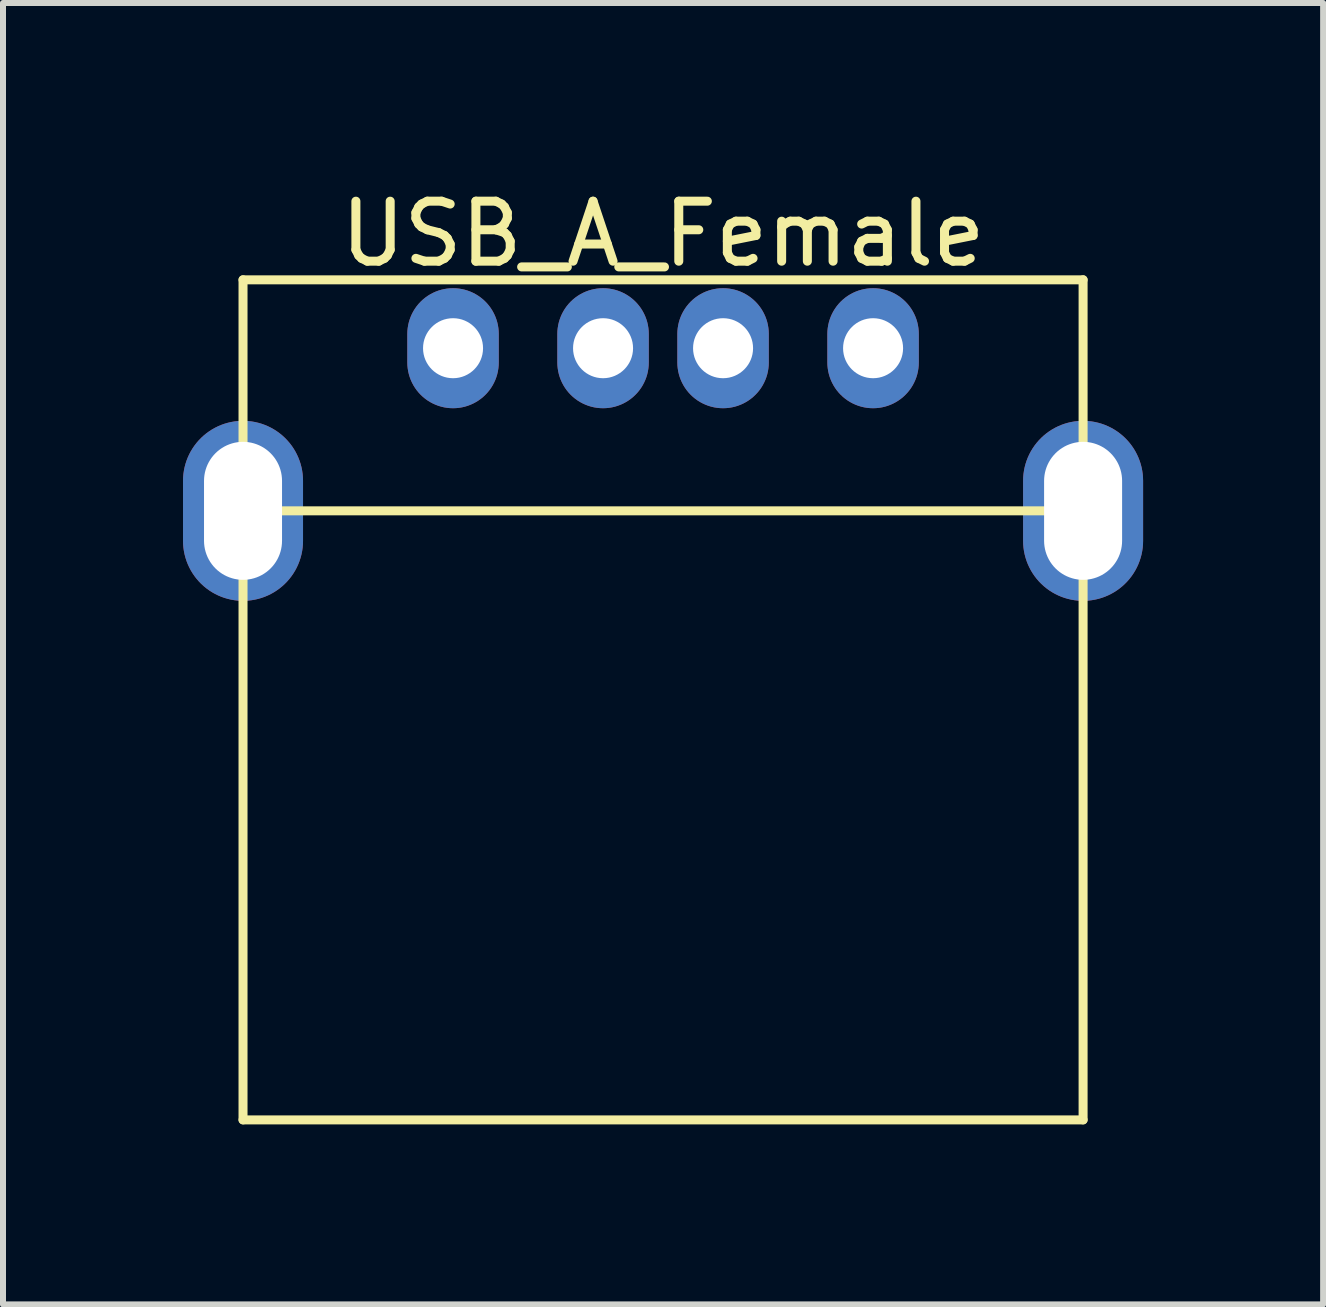
<source format=kicad_pcb>
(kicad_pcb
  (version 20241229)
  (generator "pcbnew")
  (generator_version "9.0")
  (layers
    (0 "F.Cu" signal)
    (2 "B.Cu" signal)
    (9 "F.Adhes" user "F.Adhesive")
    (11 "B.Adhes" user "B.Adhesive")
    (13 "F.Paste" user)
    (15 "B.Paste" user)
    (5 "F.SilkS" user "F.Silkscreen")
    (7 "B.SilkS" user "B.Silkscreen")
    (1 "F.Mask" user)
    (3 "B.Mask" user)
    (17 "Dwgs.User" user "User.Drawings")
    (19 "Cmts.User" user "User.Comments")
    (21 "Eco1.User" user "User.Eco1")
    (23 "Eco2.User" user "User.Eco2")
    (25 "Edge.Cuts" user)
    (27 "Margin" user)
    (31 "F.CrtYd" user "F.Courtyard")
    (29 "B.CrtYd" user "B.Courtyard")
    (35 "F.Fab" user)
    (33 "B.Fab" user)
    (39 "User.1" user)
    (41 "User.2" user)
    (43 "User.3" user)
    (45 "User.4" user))
  (footprint "USB_A_Female"
    (layer "F.Cu")
    (at 8 2.753)
    (property "Reference" "USB_A_Female" (at 0 -1.905 0) (layer "F.SilkS") (effects (font (size 1 1) (thickness 0.15))))
    (attr through_hole)
    (fp_line (start -7 -1.14) (end 7 -1.14) (stroke (width 0.15) (type solid)) (layer "F.SilkS"))
    (fp_line (start -7 2.71) (end -7 -1.14) (stroke (width 0.15) (type solid)) (layer "F.SilkS"))
    (fp_line (start -7 2.71) (end -7 12.86) (stroke (width 0.15) (type solid)) (layer "F.SilkS"))
    (fp_line (start -7 2.71) (end 7 2.71) (stroke (width 0.15) (type solid)) (layer "F.SilkS"))
    (fp_line (start -7 12.86) (end 7 12.86) (stroke (width 0.15) (type solid)) (layer "F.SilkS"))
    (fp_line (start 7 2.71) (end 7 -1.14) (stroke (width 0.15) (type solid)) (layer "F.SilkS"))
    (fp_line (start 7 2.71) (end 7 12.86) (stroke (width 0.15) (type solid)) (layer "F.SilkS"))
    (pad "1" thru_hole oval (at -3.5 0) (size 1.524 2) (drill 1) (layers "*.Cu" "*.Mask"))
    (pad "2" thru_hole oval (at -1 0) (size 1.524 2) (drill 1) (layers "*.Cu" "*.Mask"))
    (pad "3" thru_hole oval (at 1 0) (size 1.524 2) (drill 1) (layers "*.Cu" "*.Mask"))
    (pad "4" thru_hole oval (at 3.5 0) (size 1.524 2) (drill 1) (layers "*.Cu" "*.Mask"))
    (pad "5" thru_hole oval (at -7 2.71) (size 2 3) (drill oval 1.3 2.3) (layers "*.Cu" "*.Mask"))
    (pad "5" thru_hole oval (at 7 2.71) (size 2 3) (drill oval 1.3 2.3) (layers "*.Cu" "*.Mask")))
  (gr_rect
    (start -3 -3)
    (end 19 18.688)
    (stroke (width 0.1) (type default))
    (fill no)
    (layer "Edge.Cuts")))
</source>
